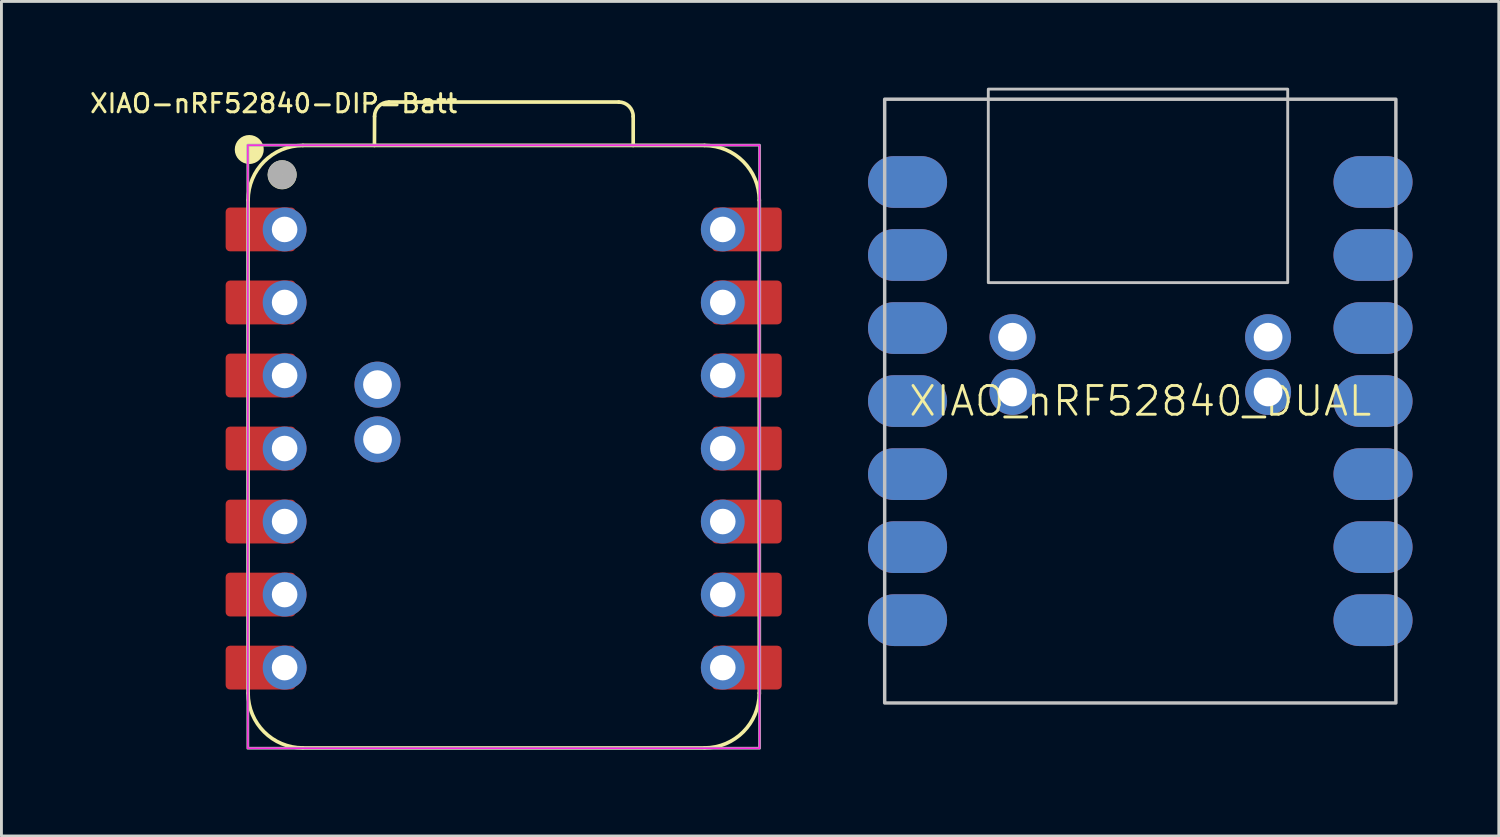
<source format=kicad_pcb>
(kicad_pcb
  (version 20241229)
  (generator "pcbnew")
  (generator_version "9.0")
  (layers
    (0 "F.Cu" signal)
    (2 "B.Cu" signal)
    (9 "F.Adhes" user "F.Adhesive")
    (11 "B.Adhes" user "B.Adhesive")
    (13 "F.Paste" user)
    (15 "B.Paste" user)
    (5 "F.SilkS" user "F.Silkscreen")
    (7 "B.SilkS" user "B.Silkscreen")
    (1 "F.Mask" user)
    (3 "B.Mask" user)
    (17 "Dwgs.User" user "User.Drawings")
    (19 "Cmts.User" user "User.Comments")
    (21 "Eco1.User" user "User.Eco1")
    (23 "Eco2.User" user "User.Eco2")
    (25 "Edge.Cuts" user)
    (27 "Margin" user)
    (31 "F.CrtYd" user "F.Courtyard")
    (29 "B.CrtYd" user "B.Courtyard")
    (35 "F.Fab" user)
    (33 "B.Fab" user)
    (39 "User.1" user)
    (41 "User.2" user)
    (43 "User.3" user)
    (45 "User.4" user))
  (footprint "XIAO_nRF52840_DUAL"
    (layer "F.Cu")
    (at 36.61 0.4)
    (property "Reference" "XIAO_nRF52840_DUAL" (at 0 10.5 0) (unlocked yes) (layer "F.SilkS") (effects (font (size 1 1) (thickness 0.1))))
    (attr smd)
    (fp_rect (start -8.89 21) (end 8.89 0) (stroke (width 0.12) (type solid)) (fill no) (layer "Dwgs.User"))
    (fp_rect (start -5.286 -0.35) (end 5.128 6.381) (stroke (width 0.1) (type default)) (fill no) (layer "Dwgs.User"))
    (pad "1" smd oval (at -8.57 2.88 180) (size 2.75 1.8) (drill (offset -0.475 0)) (layers "F.Cu" "F.Mask" "F.Paste"))
    (pad "1" smd oval (at 8.57 2.88 180) (size 2.75 1.8) (drill (offset 0.475 0)) (layers "B.Cu" "B.Mask" "B.Paste"))
    (pad "2" smd oval (at -8.57 5.42 180) (size 2.75 1.8) (drill (offset -0.475 0)) (layers "F.Cu" "F.Mask" "F.Paste"))
    (pad "2" smd oval (at 8.57 5.42 180) (size 2.75 1.8) (drill (offset 0.475 0)) (layers "B.Cu" "B.Mask" "B.Paste"))
    (pad "3" smd oval (at -8.57 7.96 180) (size 2.75 1.8) (drill (offset -0.475 0)) (layers "F.Cu" "F.Mask" "F.Paste"))
    (pad "3" smd oval (at 8.57 7.96 180) (size 2.75 1.8) (drill (offset 0.475 0)) (layers "B.Cu" "B.Mask" "B.Paste"))
    (pad "4" smd oval (at -8.57 10.5 180) (size 2.75 1.8) (drill (offset -0.475 0)) (layers "F.Cu" "F.Mask" "F.Paste"))
    (pad "4" smd oval (at 8.57 10.5 180) (size 2.75 1.8) (drill (offset 0.475 0)) (layers "B.Cu" "B.Mask" "B.Paste"))
    (pad "5" smd oval (at -8.57 13.04 180) (size 2.75 1.8) (drill (offset -0.475 0)) (layers "F.Cu" "F.Mask" "F.Paste"))
    (pad "5" smd oval (at 8.57 13.04 180) (size 2.75 1.8) (drill (offset 0.475 0)) (layers "B.Cu" "B.Mask" "B.Paste"))
    (pad "6" smd oval (at -8.57 15.58 180) (size 2.75 1.8) (drill (offset -0.475 0)) (layers "F.Cu" "F.Mask" "F.Paste"))
    (pad "6" smd oval (at 8.57 15.58 180) (size 2.75 1.8) (drill (offset 0.475 0)) (layers "B.Cu" "B.Mask" "B.Paste"))
    (pad "7" smd oval (at -8.57 18.12 180) (size 2.75 1.8) (drill (offset -0.475 0)) (layers "F.Cu" "F.Mask" "F.Paste"))
    (pad "7" smd oval (at 8.57 18.12 180) (size 2.75 1.8) (drill (offset 0.475 0)) (layers "B.Cu" "B.Mask" "B.Paste"))
    (pad "8" smd oval (at -8.57 18.12) (size 2.75 1.8) (drill (offset 0.475 0)) (layers "B.Cu" "B.Mask" "B.Paste"))
    (pad "8" smd oval (at 8.57 18.12) (size 2.75 1.8) (drill (offset -0.475 0)) (layers "F.Cu" "F.Mask" "F.Paste"))
    (pad "9" smd oval (at -8.57 15.58) (size 2.75 1.8) (drill (offset 0.475 0)) (layers "B.Cu" "B.Mask" "B.Paste"))
    (pad "9" smd oval (at 8.57 15.58) (size 2.75 1.8) (drill (offset -0.475 0)) (layers "F.Cu" "F.Mask" "F.Paste"))
    (pad "10" smd oval (at -8.57 13.04) (size 2.75 1.8) (drill (offset 0.475 0)) (layers "B.Cu" "B.Mask" "B.Paste"))
    (pad "10" smd oval (at 8.57 13.04) (size 2.75 1.8) (drill (offset -0.475 0)) (layers "F.Cu" "F.Mask" "F.Paste"))
    (pad "11" smd oval (at -8.57 10.5) (size 2.75 1.8) (drill (offset 0.475 0)) (layers "B.Cu" "B.Mask" "B.Paste"))
    (pad "11" smd oval (at 8.57 10.5) (size 2.75 1.8) (drill (offset -0.475 0)) (layers "F.Cu" "F.Mask" "F.Paste"))
    (pad "12" smd oval (at -8.57 7.96) (size 2.75 1.8) (drill (offset 0.475 0)) (layers "B.Cu" "B.Mask" "B.Paste"))
    (pad "12" smd oval (at 8.57 7.96) (size 2.75 1.8) (drill (offset -0.475 0)) (layers "F.Cu" "F.Mask" "F.Paste"))
    (pad "13" smd oval (at -8.57 5.42) (size 2.75 1.8) (drill (offset 0.475 0)) (layers "B.Cu" "B.Mask" "B.Paste"))
    (pad "13" smd oval (at 8.57 5.42) (size 2.75 1.8) (drill (offset -0.475 0)) (layers "F.Cu" "F.Mask" "F.Paste"))
    (pad "14" smd oval (at -8.57 2.88) (size 2.75 1.8) (drill (offset 0.475 0)) (layers "B.Cu" "B.Mask" "B.Paste"))
    (pad "14" smd oval (at 8.57 2.88) (size 2.75 1.8) (drill (offset -0.475 0)) (layers "F.Cu" "F.Mask" "F.Paste"))
    (pad "19" thru_hole circle (at -4.445 10.183 180) (size 1.6 1.6) (drill 1) (layers "*.Cu" "*.Mask"))
    (pad "19" thru_hole circle (at 4.445 10.183 180) (size 1.6 1.6) (drill 1) (layers "*.Cu" "*.Mask"))
    (pad "20" thru_hole circle (at -4.445 8.278 180) (size 1.6 1.6) (drill 1) (layers "*.Cu" "*.Mask"))
    (pad "20" thru_hole circle (at 4.445 8.278 180) (size 1.6 1.6) (drill 1) (layers "*.Cu" "*.Mask")))
  (footprint "XIAO-nRF52840-DIP-Batt"
    (layer "F.Cu")
    (at 14.469 12.55)
    (property "Reference" "XIAO-nRF52840-DIP-Batt" (at -8 -12 0) (unlocked yes) (layer "F.SilkS") (effects (font (size 0.635 0.635) (thickness 0.102))))
    (attr smd)
    (fp_line (start -8.89 8.509) (end -8.89 -8.636) (stroke (width 0.127) (type solid)) (layer "F.SilkS"))
    (fp_line (start -6.985 10.414) (end 6.985 10.414) (stroke (width 0.127) (type solid)) (layer "F.SilkS"))
    (fp_line (start -4.495 -10.541) (end -4.491 -11.551) (stroke (width 0.127) (type solid)) (layer "F.SilkS"))
    (fp_line (start -3.991 -12.051) (end 4.004 -12.051) (stroke (width 0.127) (type solid)) (layer "F.SilkS"))
    (fp_line (start 4.504 -11.551) (end 4.504 -10.541) (stroke (width 0.127) (type solid)) (layer "F.SilkS"))
    (fp_line (start 6.985 -10.541) (end -6.985 -10.541) (stroke (width 0.1) (type solid)) (layer "F.SilkS"))
    (fp_line (start 6.985 -10.541) (end -6.985 -10.541) (stroke (width 0.127) (type solid)) (layer "F.SilkS"))
    (fp_line (start 8.89 8.509) (end 8.89 -8.636) (stroke (width 0.127) (type solid)) (layer "F.SilkS"))
    (fp_arc (start -8.89 -8.636) (mid -8.332038 -9.983038) (end -6.985 -10.541) (stroke (width 0.127) (type solid)) (layer "F.SilkS"))
    (fp_arc (start -6.985 10.414) (mid -8.332038 9.856038) (end -8.89 8.509) (stroke (width 0.127) (type solid)) (layer "F.SilkS"))
    (fp_arc (start -4.491272 -11.551272) (mid -4.344728 -11.90464) (end -3.991272 -12.051) (stroke (width 0.127) (type default)) (layer "F.SilkS"))
    (fp_arc (start 4.004 -12.051) (mid 4.357524 -11.904524) (end 4.504 -11.551) (stroke (width 0.127) (type default)) (layer "F.SilkS"))
    (fp_arc (start 6.985 -10.541) (mid 8.332038 -9.983038) (end 8.89 -8.636) (stroke (width 0.127) (type solid)) (layer "F.SilkS"))
    (fp_arc (start 8.89 8.509) (mid 8.332038 9.856038) (end 6.985 10.414) (stroke (width 0.127) (type solid)) (layer "F.SilkS"))
    (fp_circle (center -8.85 -10.4) (end -8.85 -10.654) (stroke (width 0.5) (type solid)) (fill yes) (layer "F.SilkS"))
    (fp_circle (center -7.707 -9.52) (end -7.707 -9.774) (stroke (width 0.5) (type solid)) (fill yes) (layer "F.SilkS"))
    (fp_rect (start -8.9 -10.55) (end 8.9 10.425) (stroke (width 0.05) (type default)) (fill no) (layer "F.CrtYd"))
    (fp_rect (start -8.9 -10.55) (end 8.9 10.425) (stroke (width 0.1) (type default)) (fill no) (layer "F.Fab"))
    (fp_circle (center -7.704 -9.526) (end -7.704 -9.78) (stroke (width 0.5) (type solid)) (fill no) (layer "F.Fab"))
    (pad "1" smd roundrect (at -8.455 -7.62 180) (size 2.432 1.524) (layers "F.Cu" "F.Mask") (roundrect_rratio 0.1))
    (pad "1" thru_hole circle (at -7.62 -7.62 180) (size 1.524 1.524) (drill 0.889) (layers "*.Cu" "*.Mask"))
    (pad "2" smd roundrect (at -8.455 -5.08 180) (size 2.432 1.524) (layers "F.Cu" "F.Mask") (roundrect_rratio 0.1))
    (pad "2" thru_hole circle (at -7.62 -5.08 180) (size 1.524 1.524) (drill 0.889) (layers "*.Cu" "*.Mask"))
    (pad "3" smd roundrect (at -8.455 -2.54 180) (size 2.432 1.524) (layers "F.Cu" "F.Mask") (roundrect_rratio 0.1))
    (pad "3" thru_hole circle (at -7.62 -2.54 180) (size 1.524 1.524) (drill 0.889) (layers "*.Cu" "*.Mask"))
    (pad "4" smd roundrect (at -8.455 0 180) (size 2.432 1.524) (layers "F.Cu" "F.Mask") (roundrect_rratio 0.1))
    (pad "4" thru_hole circle (at -7.62 0 180) (size 1.524 1.524) (drill 0.889) (layers "*.Cu" "*.Mask"))
    (pad "5" smd roundrect (at -8.455 2.54 180) (size 2.432 1.524) (layers "F.Cu" "F.Mask") (roundrect_rratio 0.1))
    (pad "5" thru_hole circle (at -7.62 2.54 180) (size 1.524 1.524) (drill 0.889) (layers "*.Cu" "*.Mask"))
    (pad "6" smd roundrect (at -8.455 5.08 180) (size 2.432 1.524) (layers "F.Cu" "F.Mask") (roundrect_rratio 0.1))
    (pad "6" thru_hole circle (at -7.62 5.08 180) (size 1.524 1.524) (drill 0.889) (layers "*.Cu" "*.Mask"))
    (pad "7" smd roundrect (at -8.455 7.62 180) (size 2.432 1.524) (layers "F.Cu" "F.Mask") (roundrect_rratio 0.1))
    (pad "7" thru_hole circle (at -7.62 7.62 180) (size 1.524 1.524) (drill 0.889) (layers "*.Cu" "*.Mask"))
    (pad "8" thru_hole circle (at 7.62 7.62) (size 1.524 1.524) (drill 0.889) (layers "*.Cu" "*.Mask"))
    (pad "8" smd roundrect (at 8.455 7.62) (size 2.432 1.524) (layers "F.Cu" "F.Mask") (roundrect_rratio 0.1))
    (pad "9" thru_hole circle (at 7.62 5.08) (size 1.524 1.524) (drill 0.889) (layers "*.Cu" "*.Mask"))
    (pad "9" smd roundrect (at 8.455 5.08) (size 2.432 1.524) (layers "F.Cu" "F.Mask") (roundrect_rratio 0.1))
    (pad "10" thru_hole circle (at 7.62 2.54) (size 1.524 1.524) (drill 0.889) (layers "*.Cu" "*.Mask"))
    (pad "10" smd roundrect (at 8.455 2.54) (size 2.432 1.524) (layers "F.Cu" "F.Mask") (roundrect_rratio 0.1))
    (pad "11" thru_hole circle (at 7.62 0) (size 1.524 1.524) (drill 0.889) (layers "*.Cu" "*.Mask"))
    (pad "11" smd roundrect (at 8.455 0) (size 2.432 1.524) (layers "F.Cu" "F.Mask") (roundrect_rratio 0.1))
    (pad "12" thru_hole circle (at 7.62 -2.54) (size 1.524 1.524) (drill 0.889) (layers "*.Cu" "*.Mask"))
    (pad "12" smd roundrect (at 8.455 -2.54) (size 2.432 1.524) (layers "F.Cu" "F.Mask") (roundrect_rratio 0.1))
    (pad "13" thru_hole circle (at 7.62 -5.08) (size 1.524 1.524) (drill 0.889) (layers "*.Cu" "*.Mask"))
    (pad "13" smd roundrect (at 8.455 -5.08) (size 2.432 1.524) (layers "F.Cu" "F.Mask") (roundrect_rratio 0.1))
    (pad "14" thru_hole circle (at 7.62 -7.62) (size 1.524 1.524) (drill 0.889) (layers "*.Cu" "*.Mask"))
    (pad "14" smd roundrect (at 8.455 -7.62) (size 2.432 1.524) (layers "F.Cu" "F.Mask") (roundrect_rratio 0.1))
    (pad "15" thru_hole circle (at -4.39 -0.317 180) (size 1.6 1.6) (drill 1) (layers "*.Cu" "*.Mask"))
    (pad "16" thru_hole circle (at -4.39 -2.222 180) (size 1.6 1.6) (drill 1) (layers "*.Cu" "*.Mask")))
  (gr_rect
    (start -3 -3)
    (end 49.08 26.027)
    (stroke (width 0.1) (type default))
    (fill no)
    (layer "Edge.Cuts")))
</source>
